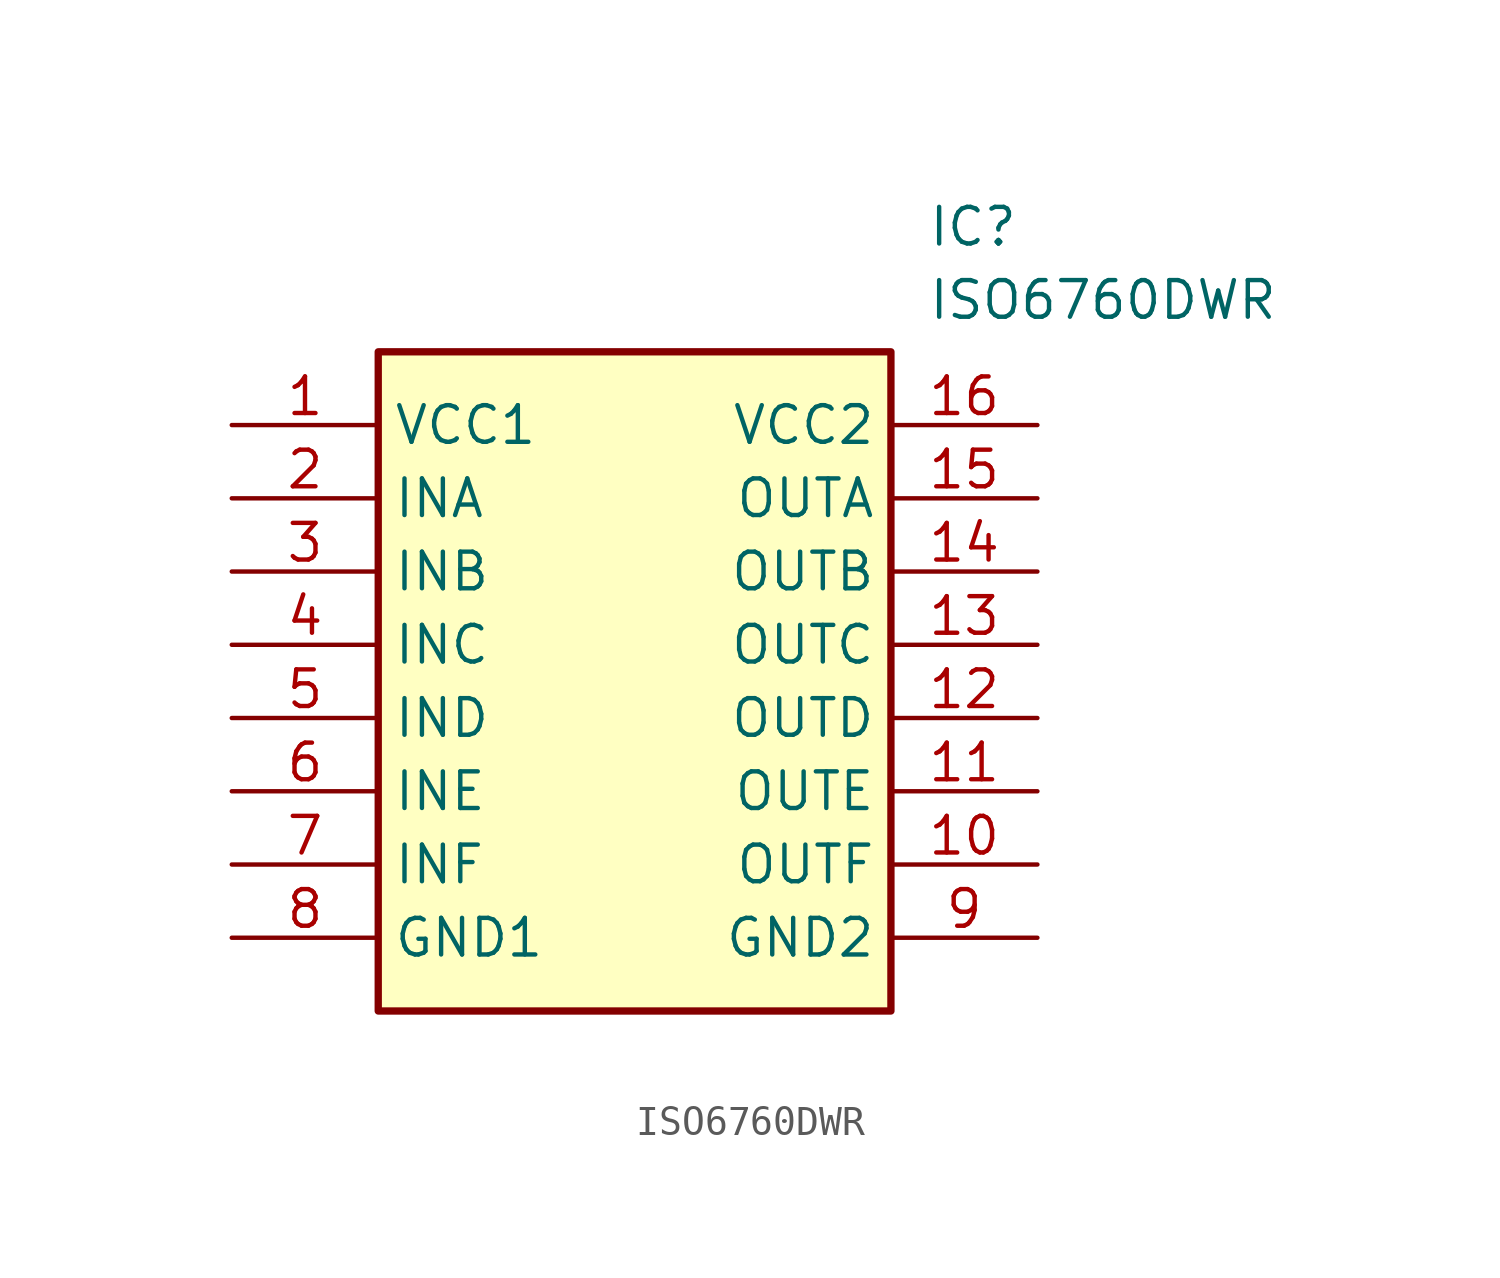
<source format=kicad_sym>
(kicad_symbol_lib
  (version 20211014)
  (generator SamacSys_ECAD_Model)
  (symbol "ISO6760DWR"
    (property "Reference" "IC"
      (at 24.13 7.62 0)
      (effects (font (size 1.27 1.27)) (justify left top)))
    (property "Value" "ISO6760DWR"
      (at 24.13 5.08 0)
      (effects (font (size 1.27 1.27)) (justify left top)))
    (rectangle
      (start 5.08 2.54)
      (end 22.86 -20.32)
      (stroke (width 0.254) (type default))
      (fill (type background)))
    (pin passive line
      (at 0 0 0)
      (length 5.08)
      (name "VCC1" (effects (font (size 1.27 1.27))))
      (number "1" (effects (font (size 1.27 1.27)))))
    (pin passive line
      (at 0 -2.54 0)
      (length 5.08)
      (name "INA" (effects (font (size 1.27 1.27))))
      (number "2" (effects (font (size 1.27 1.27)))))
    (pin passive line
      (at 0 -5.08 0)
      (length 5.08)
      (name "INB" (effects (font (size 1.27 1.27))))
      (number "3" (effects (font (size 1.27 1.27)))))
    (pin passive line
      (at 0 -7.62 0)
      (length 5.08)
      (name "INC" (effects (font (size 1.27 1.27))))
      (number "4" (effects (font (size 1.27 1.27)))))
    (pin passive line
      (at 0 -10.16 0)
      (length 5.08)
      (name "IND" (effects (font (size 1.27 1.27))))
      (number "5" (effects (font (size 1.27 1.27)))))
    (pin passive line
      (at 0 -12.7 0)
      (length 5.08)
      (name "INE" (effects (font (size 1.27 1.27))))
      (number "6" (effects (font (size 1.27 1.27)))))
    (pin passive line
      (at 0 -15.24 0)
      (length 5.08)
      (name "INF" (effects (font (size 1.27 1.27))))
      (number "7" (effects (font (size 1.27 1.27)))))
    (pin passive line
      (at 0 -17.78 0)
      (length 5.08)
      (name "GND1" (effects (font (size 1.27 1.27))))
      (number "8" (effects (font (size 1.27 1.27)))))
    (pin passive line
      (at 27.94 0 180)
      (length 5.08)
      (name "VCC2" (effects (font (size 1.27 1.27))))
      (number "16" (effects (font (size 1.27 1.27)))))
    (pin passive line
      (at 27.94 -2.54 180)
      (length 5.08)
      (name "OUTA" (effects (font (size 1.27 1.27))))
      (number "15" (effects (font (size 1.27 1.27)))))
    (pin passive line
      (at 27.94 -5.08 180)
      (length 5.08)
      (name "OUTB" (effects (font (size 1.27 1.27))))
      (number "14" (effects (font (size 1.27 1.27)))))
    (pin passive line
      (at 27.94 -7.62 180)
      (length 5.08)
      (name "OUTC" (effects (font (size 1.27 1.27))))
      (number "13" (effects (font (size 1.27 1.27)))))
    (pin passive line
      (at 27.94 -10.16 180)
      (length 5.08)
      (name "OUTD" (effects (font (size 1.27 1.27))))
      (number "12" (effects (font (size 1.27 1.27)))))
    (pin passive line
      (at 27.94 -12.7 180)
      (length 5.08)
      (name "OUTE" (effects (font (size 1.27 1.27))))
      (number "11" (effects (font (size 1.27 1.27)))))
    (pin passive line
      (at 27.94 -15.24 180)
      (length 5.08)
      (name "OUTF" (effects (font (size 1.27 1.27))))
      (number "10" (effects (font (size 1.27 1.27)))))
    (pin passive line
      (at 27.94 -17.78 180)
      (length 5.08)
      (name "GND2" (effects (font (size 1.27 1.27))))
      (number "9" (effects (font (size 1.27 1.27)))))))
</source>
